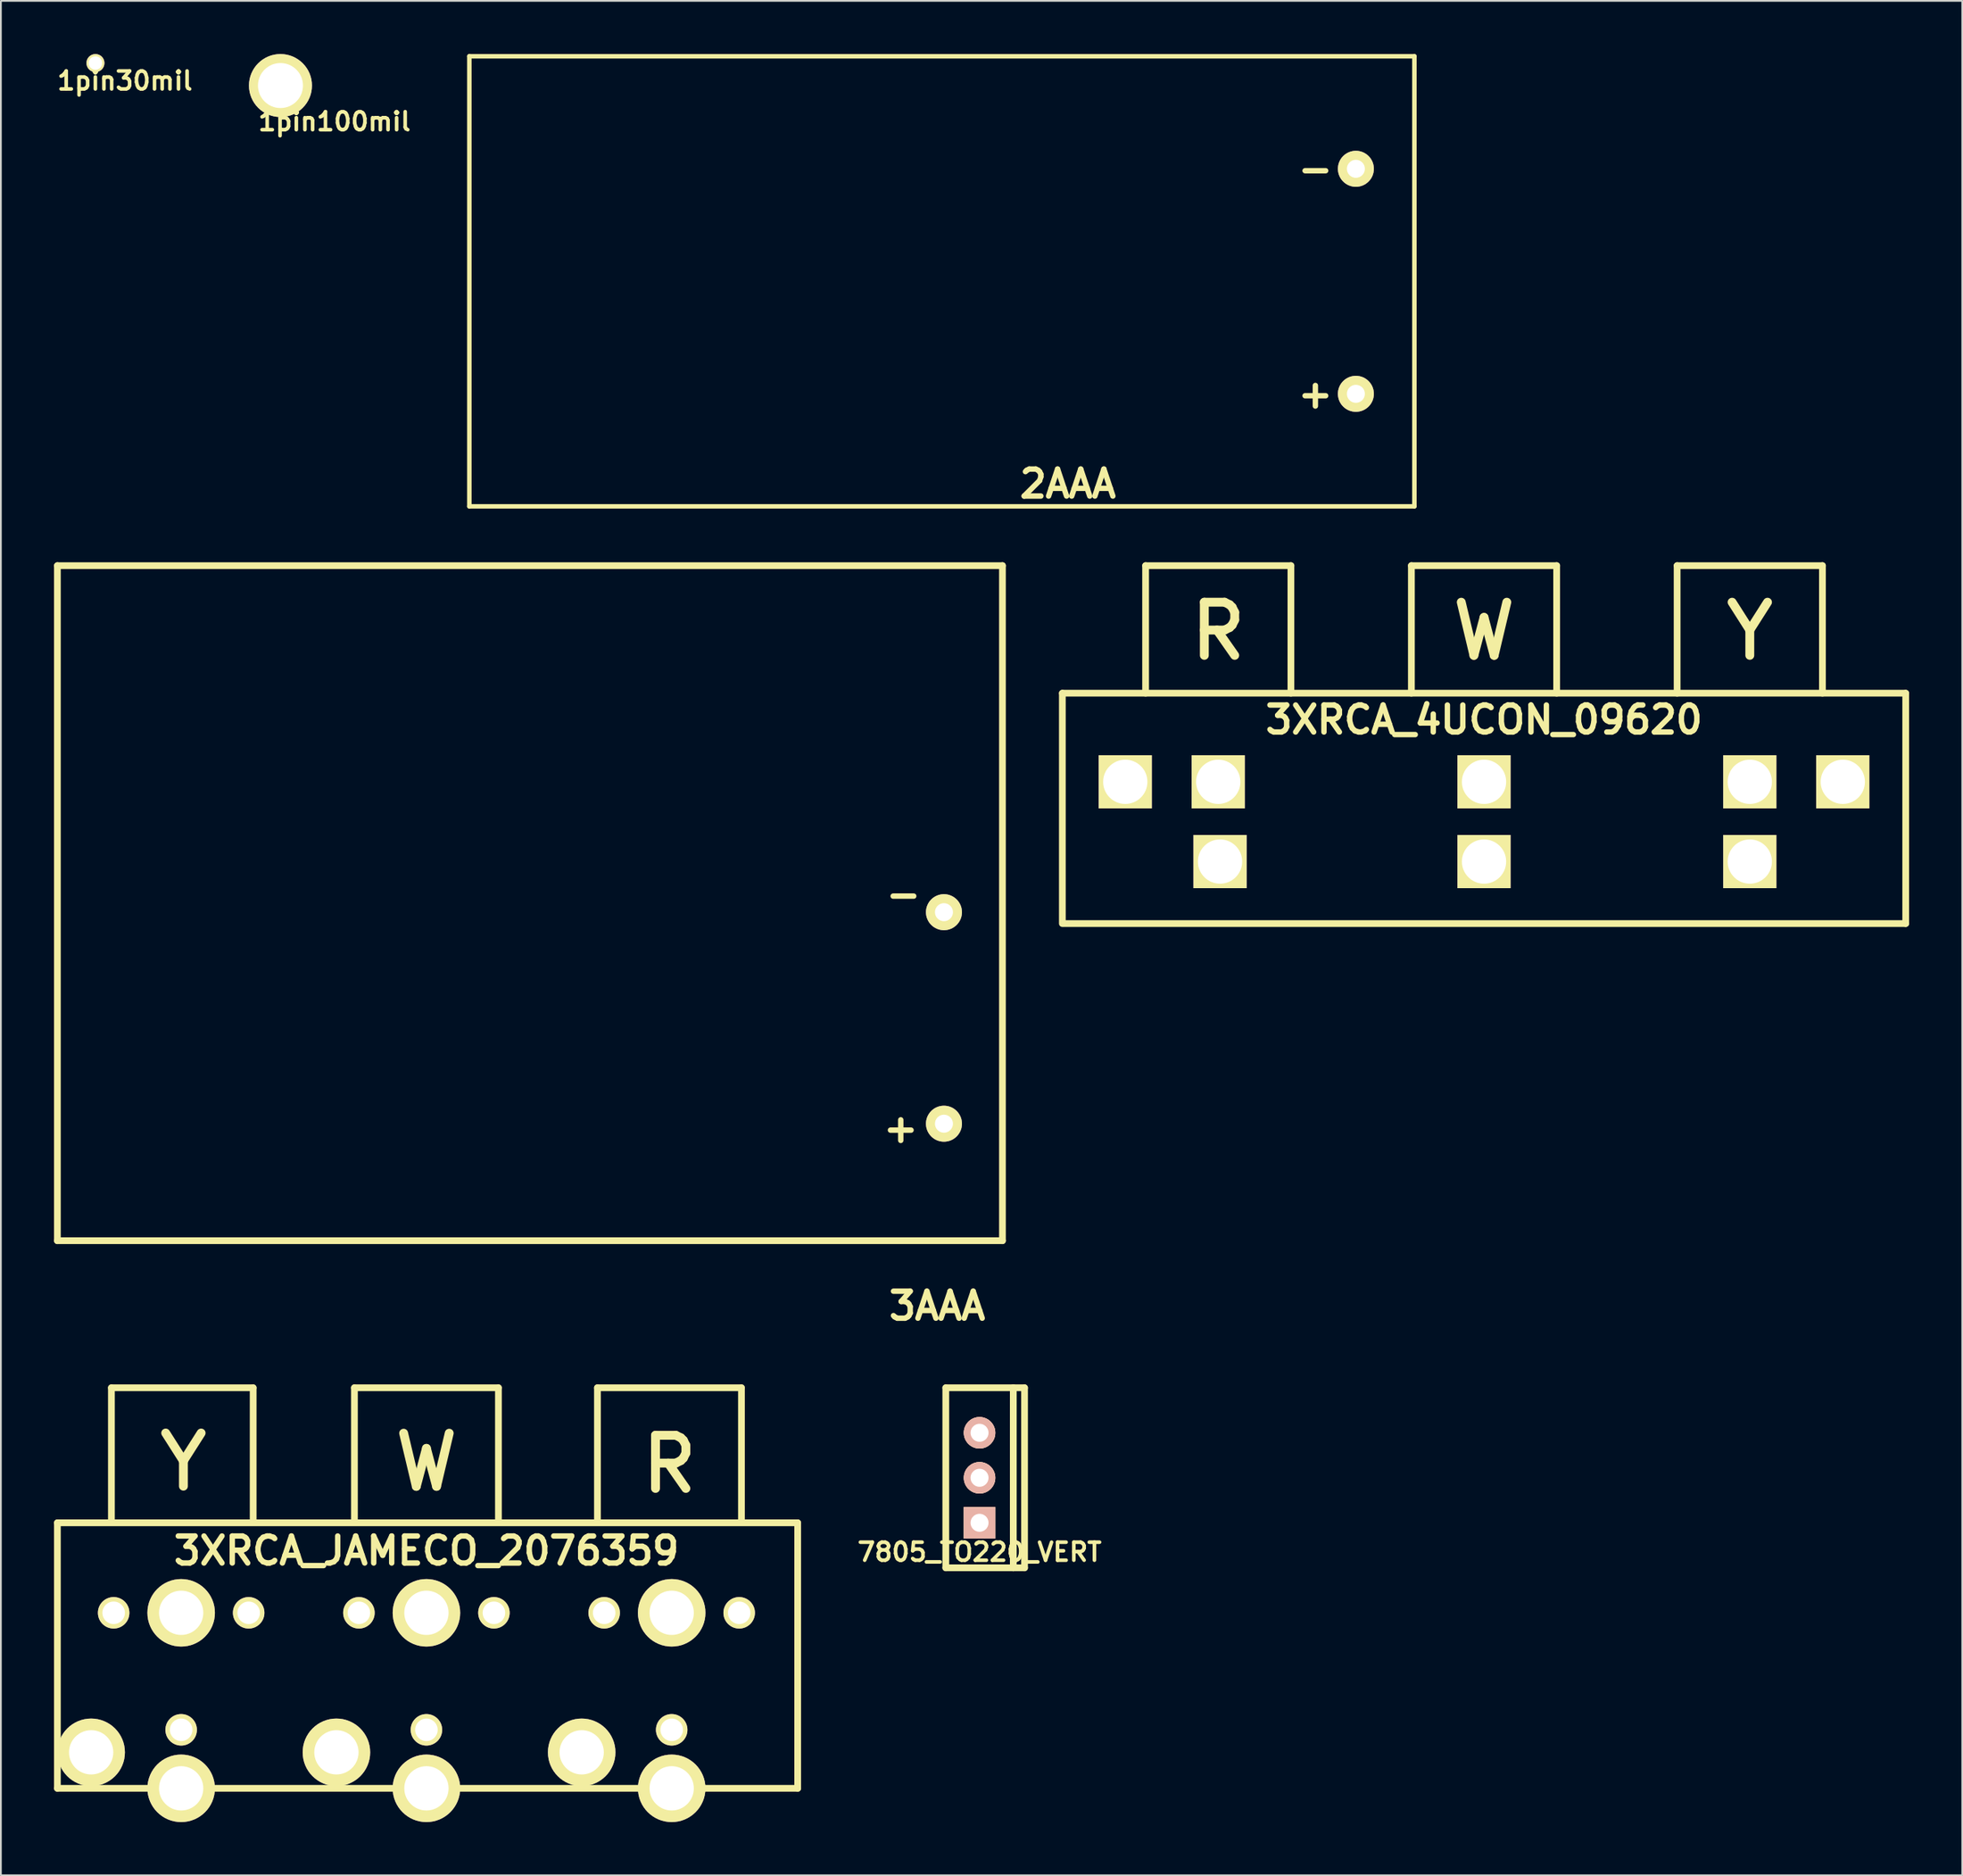
<source format=kicad_pcb>
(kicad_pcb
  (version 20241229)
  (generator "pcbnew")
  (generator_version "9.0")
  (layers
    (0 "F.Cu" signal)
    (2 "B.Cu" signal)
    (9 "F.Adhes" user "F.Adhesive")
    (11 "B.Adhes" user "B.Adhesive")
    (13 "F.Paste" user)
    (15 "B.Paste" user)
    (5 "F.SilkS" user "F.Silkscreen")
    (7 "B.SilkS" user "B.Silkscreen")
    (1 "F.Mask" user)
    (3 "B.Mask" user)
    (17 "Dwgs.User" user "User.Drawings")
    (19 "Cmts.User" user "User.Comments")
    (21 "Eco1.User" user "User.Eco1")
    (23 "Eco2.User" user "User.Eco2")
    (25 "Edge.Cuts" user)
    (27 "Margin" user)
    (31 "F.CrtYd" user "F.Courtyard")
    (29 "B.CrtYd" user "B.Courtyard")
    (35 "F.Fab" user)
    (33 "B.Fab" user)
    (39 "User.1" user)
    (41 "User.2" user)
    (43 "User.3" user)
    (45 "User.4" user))
  (footprint "3AAA"
    (layer "F.Cu")
    (at 26.86 47.924)
    (property "Reference" "3AAA" (at 22.987 22.733 0) (layer "F.SilkS") (effects (font (size 1.524 1.524) (thickness 0.305))))
    (attr through_hole)
    (fp_line (start -26.67 -19.05) (end 26.67 -19.05) (stroke (width 0.381) (type solid)) (layer "F.SilkS"))
    (fp_line (start -26.67 19.05) (end -26.67 -19.05) (stroke (width 0.381) (type solid)) (layer "F.SilkS"))
    (fp_line (start 26.67 -19.05) (end 26.67 19.05) (stroke (width 0.381) (type solid)) (layer "F.SilkS"))
    (fp_line (start 26.67 19.05) (end -26.67 19.05) (stroke (width 0.381) (type solid)) (layer "F.SilkS"))
    (fp_text user "+" (at 20.93 12.7 0) (layer "F.SilkS") (effects (font (size 1.524 1.524) (thickness 0.305))))
    (fp_text user "-" (at 21.082 -0.508 0) (layer "F.SilkS") (effects (font (size 1.524 1.524) (thickness 0.305))))
    (pad "1" thru_hole circle (at 23.368 12.446) (size 2.032 2.032) (drill 1.016) (layers "*.Cu" "*.Mask" "F.SilkS"))
    (pad "2" thru_hole circle (at 23.368 0.508) (size 2.032 2.032) (drill 1.016) (layers "*.Cu" "*.Mask" "F.SilkS")))
  (footprint "3XRCA_4UCON_09620"
    (layer "F.Cu")
    (at 80.711 41.074)
    (property "Reference" "3XRCA_4UCON_09620" (at 0 -3.5 0) (layer "F.SilkS") (effects (font (size 1.524 1.524) (thickness 0.305))))
    (attr through_hole)
    (fp_line (start -23.8 -5.001) (end -23.8 8.001) (stroke (width 0.381) (type solid)) (layer "F.SilkS"))
    (fp_line (start -23.8 -5.001) (end 23.8 -5.001) (stroke (width 0.381) (type solid)) (layer "F.SilkS"))
    (fp_line (start -23.701 8.001) (end 23.8 8.001) (stroke (width 0.381) (type solid)) (layer "F.SilkS"))
    (fp_line (start -19.101 -12.2) (end -19.101 -5.001) (stroke (width 0.381) (type solid)) (layer "F.SilkS"))
    (fp_line (start -10.899 -12.2) (end -19.101 -12.2) (stroke (width 0.381) (type solid)) (layer "F.SilkS"))
    (fp_line (start -10.899 -5.001) (end -10.899 -12.2) (stroke (width 0.381) (type solid)) (layer "F.SilkS"))
    (fp_line (start -4.1 -12.2) (end -4.1 -5.001) (stroke (width 0.381) (type solid)) (layer "F.SilkS"))
    (fp_line (start 4.1 -12.2) (end -4.1 -12.2) (stroke (width 0.381) (type solid)) (layer "F.SilkS"))
    (fp_line (start 4.1 -5.001) (end 4.1 -12.2) (stroke (width 0.381) (type solid)) (layer "F.SilkS"))
    (fp_line (start 10.899 -12.2) (end 10.899 -5.001) (stroke (width 0.381) (type solid)) (layer "F.SilkS"))
    (fp_line (start 19.101 -12.2) (end 10.899 -12.2) (stroke (width 0.381) (type solid)) (layer "F.SilkS"))
    (fp_line (start 19.101 -5.001) (end 19.101 -12.2) (stroke (width 0.381) (type solid)) (layer "F.SilkS"))
    (fp_line (start 23.8 -5.001) (end 23.8 8.001) (stroke (width 0.381) (type solid)) (layer "F.SilkS"))
    (fp_text user "Y" (at 15.001 -8.499 0) (layer "F.SilkS") (effects (font (size 3 3) (thickness 0.5))))
    (fp_text user "W" (at 0 -8.499 0) (layer "F.SilkS") (effects (font (size 3 3) (thickness 0.5))))
    (fp_text user "R" (at -15.001 -8.499 0) (layer "F.SilkS") (effects (font (size 3 3) (thickness 0.5))))
    (pad "0" thru_hole rect (at -20.249 0) (size 3 3) (drill 2.499) (layers "*.Cu" "*.Mask" "F.SilkS"))
    (pad "0" thru_hole rect (at 20.249 0) (size 3 3) (drill 2.499) (layers "*.Cu" "*.Mask" "F.SilkS"))
    (pad "1" thru_hole rect (at 15.001 4.501) (size 3 3) (drill 2.499) (layers "*.Cu" "*.Mask" "F.SilkS"))
    (pad "2" thru_hole rect (at 15.001 0) (size 3 3) (drill 2.499) (layers "*.Cu" "*.Mask" "F.SilkS"))
    (pad "3" thru_hole rect (at 0 4.501) (size 3 3) (drill 2.499) (layers "*.Cu" "*.Mask" "F.SilkS"))
    (pad "4" thru_hole rect (at 0 0) (size 3 3) (drill 2.499) (layers "*.Cu" "*.Mask" "F.SilkS"))
    (pad "5" thru_hole rect (at -14.9 4.501) (size 3 3) (drill 2.499) (layers "*.Cu" "*.Mask" "F.SilkS"))
    (pad "6" thru_hole rect (at -15.001 0) (size 3 3) (drill 2.499) (layers "*.Cu" "*.Mask" "F.SilkS")))
  (footprint "7805_TO220_VERT"
    (layer "F.Cu")
    (at 52.237 80.354)
    (property "Reference" "7805_TO220_VERT" (at 0 4.191 0) (layer "F.SilkS") (effects (font (size 1.016 1.016) (thickness 0.203))))
    (attr through_hole)
    (fp_line (start -1.905 -5.08) (end 1.905 -5.08) (stroke (width 0.381) (type solid)) (layer "F.SilkS"))
    (fp_line (start -1.905 5.08) (end -1.905 -5.08) (stroke (width 0.381) (type solid)) (layer "F.SilkS"))
    (fp_line (start 1.905 -5.08) (end 1.905 5.08) (stroke (width 0.381) (type solid)) (layer "F.SilkS"))
    (fp_line (start 1.905 -5.08) (end 2.54 -5.08) (stroke (width 0.381) (type solid)) (layer "F.SilkS"))
    (fp_line (start 1.905 5.08) (end -1.905 5.08) (stroke (width 0.381) (type solid)) (layer "F.SilkS"))
    (fp_line (start 2.54 -5.08) (end 2.54 5.08) (stroke (width 0.381) (type solid)) (layer "F.SilkS"))
    (fp_line (start 2.54 5.08) (end 1.905 5.08) (stroke (width 0.381) (type solid)) (layer "F.SilkS"))
    (pad "GND" thru_hole circle (at 0 0) (size 1.778 1.778) (drill 1.016) (layers "*.Cu" "*.SilkS" "*.Mask"))
    (pad "VI" thru_hole circle (at 0 -2.54) (size 1.778 1.778) (drill 1.016) (layers "*.Cu" "*.SilkS" "*.Mask"))
    (pad "VO" thru_hole rect (at 0 2.54) (size 1.778 1.778) (drill 1.016) (layers "*.Cu" "*.SilkS" "*.Mask")))
  (footprint "2AAA"
    (layer "F.Cu")
    (at 50.11 12.827)
    (property "Reference" "2AAA" (at 7.112 11.43 0) (layer "F.SilkS") (effects (font (size 1.524 1.524) (thickness 0.305))))
    (attr through_hole)
    (fp_line (start -26.67 -12.7) (end -26.67 12.7) (stroke (width 0.254) (type solid)) (layer "F.SilkS"))
    (fp_line (start -26.67 -12.7) (end 26.67 -12.7) (stroke (width 0.254) (type solid)) (layer "F.SilkS"))
    (fp_line (start 26.67 -12.7) (end 26.67 12.7) (stroke (width 0.254) (type solid)) (layer "F.SilkS"))
    (fp_line (start 26.67 12.7) (end -26.67 12.7) (stroke (width 0.254) (type solid)) (layer "F.SilkS"))
    (fp_text user "-" (at 21.082 -6.35 0) (layer "F.SilkS") (effects (font (size 1.524 1.524) (thickness 0.305))))
    (fp_text user "+" (at 21.082 6.35 0) (layer "F.SilkS") (effects (font (size 1.524 1.524) (thickness 0.305))))
    (pad "1" thru_hole circle (at 23.368 6.35) (size 2.032 2.032) (drill 1.016) (layers "*.Cu" "*.Mask" "F.SilkS"))
    (pad "2" thru_hole circle (at 23.368 -6.35) (size 2.032 2.032) (drill 1.016) (layers "*.Cu" "*.Mask" "F.SilkS")))
  (footprint "3XRCA_JAMECO_2076359"
    (layer "F.Cu")
    (at 21.018 87.974)
    (property "Reference" "3XRCA_JAMECO_2076359" (at 0 -3.5 0) (layer "F.SilkS") (effects (font (size 1.524 1.524) (thickness 0.305))))
    (attr through_hole)
    (fp_line (start -20.828 -5.08) (end -20.828 9.906) (stroke (width 0.381) (type solid)) (layer "F.SilkS"))
    (fp_line (start -20.828 -5.08) (end 20.955 -5.08) (stroke (width 0.381) (type solid)) (layer "F.SilkS"))
    (fp_line (start -20.828 9.906) (end 20.955 9.906) (stroke (width 0.381) (type solid)) (layer "F.SilkS"))
    (fp_line (start -17.78 -12.7) (end -17.78 -5.207) (stroke (width 0.381) (type solid)) (layer "F.SilkS"))
    (fp_line (start -9.779 -12.7) (end -17.78 -12.7) (stroke (width 0.381) (type solid)) (layer "F.SilkS"))
    (fp_line (start -9.779 -12.7) (end -9.779 -5.207) (stroke (width 0.381) (type solid)) (layer "F.SilkS"))
    (fp_line (start -4.064 -12.7) (end -4.064 -5.207) (stroke (width 0.381) (type solid)) (layer "F.SilkS"))
    (fp_line (start 4.064 -12.7) (end -4.064 -12.7) (stroke (width 0.381) (type solid)) (layer "F.SilkS"))
    (fp_line (start 4.064 -12.7) (end 4.064 -5.207) (stroke (width 0.381) (type solid)) (layer "F.SilkS"))
    (fp_line (start 9.652 -12.7) (end 9.652 -5.207) (stroke (width 0.381) (type solid)) (layer "F.SilkS"))
    (fp_line (start 9.652 -12.7) (end 17.78 -12.7) (stroke (width 0.381) (type solid)) (layer "F.SilkS"))
    (fp_line (start 17.78 -12.7) (end 17.78 -5.207) (stroke (width 0.381) (type solid)) (layer "F.SilkS"))
    (fp_line (start 20.955 9.906) (end 20.955 -5.08) (stroke (width 0.381) (type solid)) (layer "F.SilkS"))
    (fp_text user "Y" (at -13.716 -8.509 0) (layer "F.SilkS") (effects (font (size 3 3) (thickness 0.5))))
    (fp_text user "R" (at 13.716 -8.382 0) (layer "F.SilkS") (effects (font (size 3 3) (thickness 0.5))))
    (fp_text user "W" (at 0 -8.499 0) (layer "F.SilkS") (effects (font (size 3 3) (thickness 0.5))))
    (pad "0" thru_hole circle (at -18.923 7.874) (size 3.81 3.81) (drill 2.499) (layers "*.Cu" "*.Mask" "F.SilkS"))
    (pad "0" thru_hole circle (at -17.653 0) (size 1.778 1.778) (drill 1.27) (layers "*.Cu" "*.Mask" "F.SilkS"))
    (pad "0" thru_hole circle (at -13.843 6.604) (size 1.778 1.778) (drill 1.27) (layers "*.Cu" "*.Mask" "F.SilkS"))
    (pad "0" thru_hole circle (at -10.033 0) (size 1.778 1.778) (drill 1.27) (layers "*.Cu" "*.Mask" "F.SilkS"))
    (pad "0" thru_hole circle (at -5.08 7.874) (size 3.81 3.81) (drill 2.499) (layers "*.Cu" "*.Mask" "F.SilkS"))
    (pad "0" thru_hole circle (at -3.81 0) (size 1.778 1.778) (drill 1.27) (layers "*.Cu" "*.Mask" "F.SilkS"))
    (pad "0" thru_hole circle (at 0 6.604) (size 1.778 1.778) (drill 1.27) (layers "*.Cu" "*.Mask" "F.SilkS"))
    (pad "0" thru_hole circle (at 3.81 0) (size 1.778 1.778) (drill 1.27) (layers "*.Cu" "*.Mask" "F.SilkS"))
    (pad "0" thru_hole circle (at 8.763 7.874) (size 3.81 3.81) (drill 2.499) (layers "*.Cu" "*.Mask" "F.SilkS"))
    (pad "0" thru_hole circle (at 10.033 0) (size 1.778 1.778) (drill 1.27) (layers "*.Cu" "*.Mask" "F.SilkS"))
    (pad "0" thru_hole circle (at 13.843 6.604) (size 1.778 1.778) (drill 1.27) (layers "*.Cu" "*.Mask" "F.SilkS"))
    (pad "0" thru_hole circle (at 17.653 0) (size 1.778 1.778) (drill 1.27) (layers "*.Cu" "*.Mask" "F.SilkS"))
    (pad "1" thru_hole circle (at -13.843 9.906) (size 3.81 3.81) (drill 2.499) (layers "*.Cu" "*.Mask" "F.SilkS"))
    (pad "2" thru_hole circle (at -13.843 0) (size 3.81 3.81) (drill 2.499) (layers "*.Cu" "*.Mask" "F.SilkS"))
    (pad "3" thru_hole circle (at 0 9.906) (size 3.81 3.81) (drill 2.499) (layers "*.Cu" "*.Mask" "F.SilkS"))
    (pad "4" thru_hole circle (at 0 0) (size 3.81 3.81) (drill 2.499) (layers "*.Cu" "*.Mask" "F.SilkS"))
    (pad "5" thru_hole circle (at 13.843 9.906) (size 3.81 3.81) (drill 2.499) (layers "*.Cu" "*.Mask" "F.SilkS"))
    (pad "6" thru_hole circle (at 13.843 0) (size 3.81 3.81) (drill 2.499) (layers "*.Cu" "*.Mask" "F.SilkS")))
  (footprint "1pin30mil"
    (layer "F.Cu")
    (at 2.337 0.508)
    (property "Reference" "1pin30mil" (at 1.664 1.003 0) (layer "F.SilkS") (effects (font (size 1.016 1.016) (thickness 0.203))))
    (attr through_hole)
    (pad "1" thru_hole circle (at 0 0) (size 1.016 1.016) (drill 0.762) (layers "*.Cu" "*.Mask" "F.SilkS")))
  (footprint "1pin100mil"
    (layer "F.Cu")
    (at 12.78 1.778)
    (property "Reference" "1pin100mil" (at 3.048 2.032 0) (layer "F.SilkS") (effects (font (size 1.016 1.016) (thickness 0.203))))
    (attr through_hole)
    (pad "1" thru_hole circle (at 0 0) (size 3.556 3.556) (drill 2.54) (layers "*.Cu" "*.Mask" "F.SilkS")))
  (gr_rect
    (start -3 -3)
    (end 107.702 102.785)
    (stroke (width 0.1) (type default))
    (fill no)
    (layer "Edge.Cuts")))
</source>
